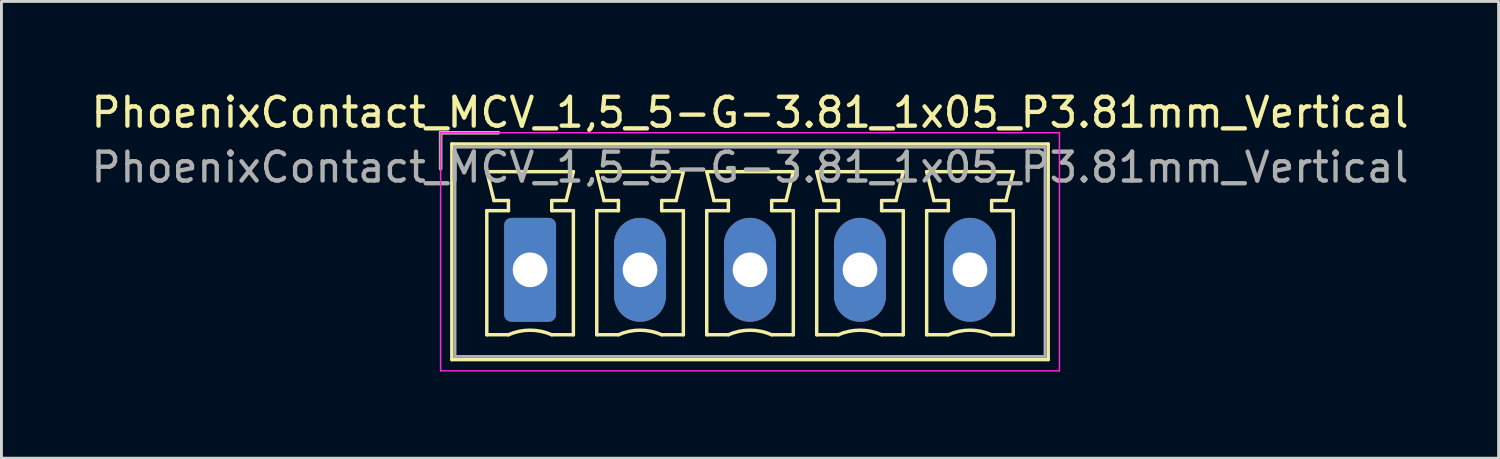
<source format=kicad_pcb>
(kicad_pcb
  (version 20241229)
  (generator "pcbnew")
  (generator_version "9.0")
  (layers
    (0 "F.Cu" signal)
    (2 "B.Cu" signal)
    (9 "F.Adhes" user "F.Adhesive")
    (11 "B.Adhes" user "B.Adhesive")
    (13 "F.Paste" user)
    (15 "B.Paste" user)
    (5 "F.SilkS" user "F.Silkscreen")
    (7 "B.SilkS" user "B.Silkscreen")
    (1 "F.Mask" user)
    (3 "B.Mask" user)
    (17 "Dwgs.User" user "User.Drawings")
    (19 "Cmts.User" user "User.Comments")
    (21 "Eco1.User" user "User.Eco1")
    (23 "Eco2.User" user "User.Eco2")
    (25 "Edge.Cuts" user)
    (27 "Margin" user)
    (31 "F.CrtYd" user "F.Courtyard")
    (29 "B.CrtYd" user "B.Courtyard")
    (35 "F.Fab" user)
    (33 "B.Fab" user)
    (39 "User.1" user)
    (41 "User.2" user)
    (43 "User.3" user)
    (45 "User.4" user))
  (footprint "PhoenixContact_MCV_1,5_5-G-3.81_1x05_P3.81mm_Vertical"
    (layer "F.Cu")
    (at 15.315 6.298)
    (property "Reference" "PhoenixContact_MCV_1,5_5-G-3.81_1x05_P3.81mm_Vertical" (at 7.62 -5.45 0) (layer "F.SilkS") (effects (font (size 1 1) (thickness 0.15))))
    (attr through_hole)
    (fp_line (start -3.1 -4.75) (end -1.1 -4.75) (stroke (width 0.12) (type solid)) (layer "F.SilkS"))
    (fp_line (start -3.1 -3.5) (end -3.1 -4.75) (stroke (width 0.12) (type solid)) (layer "F.SilkS"))
    (fp_line (start -2.71 -4.36) (end -2.71 3.11) (stroke (width 0.12) (type solid)) (layer "F.SilkS"))
    (fp_line (start -2.71 3.11) (end 17.95 3.11) (stroke (width 0.12) (type solid)) (layer "F.SilkS"))
    (fp_line (start -1.5 -3.4) (end 1.5 -3.4) (stroke (width 0.12) (type solid)) (layer "F.SilkS"))
    (fp_line (start -1.5 -2.05) (end -0.75 -2.05) (stroke (width 0.12) (type solid)) (layer "F.SilkS"))
    (fp_line (start -1.5 2.25) (end -1.5 -2.05) (stroke (width 0.12) (type solid)) (layer "F.SilkS"))
    (fp_line (start -1.25 -2.4) (end -1.5 -3.4) (stroke (width 0.12) (type solid)) (layer "F.SilkS"))
    (fp_line (start -0.75 -2.4) (end -1.25 -2.4) (stroke (width 0.12) (type solid)) (layer "F.SilkS"))
    (fp_line (start -0.75 -2.05) (end -0.75 -2.4) (stroke (width 0.12) (type solid)) (layer "F.SilkS"))
    (fp_line (start -0.75 2.25) (end -1.5 2.25) (stroke (width 0.12) (type solid)) (layer "F.SilkS"))
    (fp_line (start 0.75 -2.4) (end 0.75 -2.05) (stroke (width 0.12) (type solid)) (layer "F.SilkS"))
    (fp_line (start 0.75 -2.05) (end 1.5 -2.05) (stroke (width 0.12) (type solid)) (layer "F.SilkS"))
    (fp_line (start 1.25 -2.4) (end 0.75 -2.4) (stroke (width 0.12) (type solid)) (layer "F.SilkS"))
    (fp_line (start 1.5 -3.4) (end 1.25 -2.4) (stroke (width 0.12) (type solid)) (layer "F.SilkS"))
    (fp_line (start 1.5 -2.05) (end 1.5 2.25) (stroke (width 0.12) (type solid)) (layer "F.SilkS"))
    (fp_line (start 1.5 2.25) (end 0.75 2.25) (stroke (width 0.12) (type solid)) (layer "F.SilkS"))
    (fp_line (start 2.31 -3.4) (end 5.31 -3.4) (stroke (width 0.12) (type solid)) (layer "F.SilkS"))
    (fp_line (start 2.31 -2.05) (end 3.06 -2.05) (stroke (width 0.12) (type solid)) (layer "F.SilkS"))
    (fp_line (start 2.31 2.25) (end 2.31 -2.05) (stroke (width 0.12) (type solid)) (layer "F.SilkS"))
    (fp_line (start 2.56 -2.4) (end 2.31 -3.4) (stroke (width 0.12) (type solid)) (layer "F.SilkS"))
    (fp_line (start 3.06 -2.4) (end 2.56 -2.4) (stroke (width 0.12) (type solid)) (layer "F.SilkS"))
    (fp_line (start 3.06 -2.05) (end 3.06 -2.4) (stroke (width 0.12) (type solid)) (layer "F.SilkS"))
    (fp_line (start 3.06 2.25) (end 2.31 2.25) (stroke (width 0.12) (type solid)) (layer "F.SilkS"))
    (fp_line (start 4.56 -2.4) (end 4.56 -2.05) (stroke (width 0.12) (type solid)) (layer "F.SilkS"))
    (fp_line (start 4.56 -2.05) (end 5.31 -2.05) (stroke (width 0.12) (type solid)) (layer "F.SilkS"))
    (fp_line (start 5.06 -2.4) (end 4.56 -2.4) (stroke (width 0.12) (type solid)) (layer "F.SilkS"))
    (fp_line (start 5.31 -3.4) (end 5.06 -2.4) (stroke (width 0.12) (type solid)) (layer "F.SilkS"))
    (fp_line (start 5.31 -2.05) (end 5.31 2.25) (stroke (width 0.12) (type solid)) (layer "F.SilkS"))
    (fp_line (start 5.31 2.25) (end 4.56 2.25) (stroke (width 0.12) (type solid)) (layer "F.SilkS"))
    (fp_line (start 6.12 -3.4) (end 9.12 -3.4) (stroke (width 0.12) (type solid)) (layer "F.SilkS"))
    (fp_line (start 6.12 -2.05) (end 6.87 -2.05) (stroke (width 0.12) (type solid)) (layer "F.SilkS"))
    (fp_line (start 6.12 2.25) (end 6.12 -2.05) (stroke (width 0.12) (type solid)) (layer "F.SilkS"))
    (fp_line (start 6.37 -2.4) (end 6.12 -3.4) (stroke (width 0.12) (type solid)) (layer "F.SilkS"))
    (fp_line (start 6.87 -2.4) (end 6.37 -2.4) (stroke (width 0.12) (type solid)) (layer "F.SilkS"))
    (fp_line (start 6.87 -2.05) (end 6.87 -2.4) (stroke (width 0.12) (type solid)) (layer "F.SilkS"))
    (fp_line (start 6.87 2.25) (end 6.12 2.25) (stroke (width 0.12) (type solid)) (layer "F.SilkS"))
    (fp_line (start 8.37 -2.4) (end 8.37 -2.05) (stroke (width 0.12) (type solid)) (layer "F.SilkS"))
    (fp_line (start 8.37 -2.05) (end 9.12 -2.05) (stroke (width 0.12) (type solid)) (layer "F.SilkS"))
    (fp_line (start 8.87 -2.4) (end 8.37 -2.4) (stroke (width 0.12) (type solid)) (layer "F.SilkS"))
    (fp_line (start 9.12 -3.4) (end 8.87 -2.4) (stroke (width 0.12) (type solid)) (layer "F.SilkS"))
    (fp_line (start 9.12 -2.05) (end 9.12 2.25) (stroke (width 0.12) (type solid)) (layer "F.SilkS"))
    (fp_line (start 9.12 2.25) (end 8.37 2.25) (stroke (width 0.12) (type solid)) (layer "F.SilkS"))
    (fp_line (start 9.93 -3.4) (end 12.93 -3.4) (stroke (width 0.12) (type solid)) (layer "F.SilkS"))
    (fp_line (start 9.93 -2.05) (end 10.68 -2.05) (stroke (width 0.12) (type solid)) (layer "F.SilkS"))
    (fp_line (start 9.93 2.25) (end 9.93 -2.05) (stroke (width 0.12) (type solid)) (layer "F.SilkS"))
    (fp_line (start 10.18 -2.4) (end 9.93 -3.4) (stroke (width 0.12) (type solid)) (layer "F.SilkS"))
    (fp_line (start 10.68 -2.4) (end 10.18 -2.4) (stroke (width 0.12) (type solid)) (layer "F.SilkS"))
    (fp_line (start 10.68 -2.05) (end 10.68 -2.4) (stroke (width 0.12) (type solid)) (layer "F.SilkS"))
    (fp_line (start 10.68 2.25) (end 9.93 2.25) (stroke (width 0.12) (type solid)) (layer "F.SilkS"))
    (fp_line (start 12.18 -2.4) (end 12.18 -2.05) (stroke (width 0.12) (type solid)) (layer "F.SilkS"))
    (fp_line (start 12.18 -2.05) (end 12.93 -2.05) (stroke (width 0.12) (type solid)) (layer "F.SilkS"))
    (fp_line (start 12.68 -2.4) (end 12.18 -2.4) (stroke (width 0.12) (type solid)) (layer "F.SilkS"))
    (fp_line (start 12.93 -3.4) (end 12.68 -2.4) (stroke (width 0.12) (type solid)) (layer "F.SilkS"))
    (fp_line (start 12.93 -2.05) (end 12.93 2.25) (stroke (width 0.12) (type solid)) (layer "F.SilkS"))
    (fp_line (start 12.93 2.25) (end 12.18 2.25) (stroke (width 0.12) (type solid)) (layer "F.SilkS"))
    (fp_line (start 13.74 -3.4) (end 16.74 -3.4) (stroke (width 0.12) (type solid)) (layer "F.SilkS"))
    (fp_line (start 13.74 -2.05) (end 14.49 -2.05) (stroke (width 0.12) (type solid)) (layer "F.SilkS"))
    (fp_line (start 13.74 2.25) (end 13.74 -2.05) (stroke (width 0.12) (type solid)) (layer "F.SilkS"))
    (fp_line (start 13.99 -2.4) (end 13.74 -3.4) (stroke (width 0.12) (type solid)) (layer "F.SilkS"))
    (fp_line (start 14.49 -2.4) (end 13.99 -2.4) (stroke (width 0.12) (type solid)) (layer "F.SilkS"))
    (fp_line (start 14.49 -2.05) (end 14.49 -2.4) (stroke (width 0.12) (type solid)) (layer "F.SilkS"))
    (fp_line (start 14.49 2.25) (end 13.74 2.25) (stroke (width 0.12) (type solid)) (layer "F.SilkS"))
    (fp_line (start 15.99 -2.4) (end 15.99 -2.05) (stroke (width 0.12) (type solid)) (layer "F.SilkS"))
    (fp_line (start 15.99 -2.05) (end 16.74 -2.05) (stroke (width 0.12) (type solid)) (layer "F.SilkS"))
    (fp_line (start 16.49 -2.4) (end 15.99 -2.4) (stroke (width 0.12) (type solid)) (layer "F.SilkS"))
    (fp_line (start 16.74 -3.4) (end 16.49 -2.4) (stroke (width 0.12) (type solid)) (layer "F.SilkS"))
    (fp_line (start 16.74 -2.05) (end 16.74 2.25) (stroke (width 0.12) (type solid)) (layer "F.SilkS"))
    (fp_line (start 16.74 2.25) (end 15.99 2.25) (stroke (width 0.12) (type solid)) (layer "F.SilkS"))
    (fp_line (start 17.95 -4.36) (end -2.71 -4.36) (stroke (width 0.12) (type solid)) (layer "F.SilkS"))
    (fp_line (start 17.95 3.11) (end 17.95 -4.36) (stroke (width 0.12) (type solid)) (layer "F.SilkS"))
    (fp_arc (start -0.75 2.25) (mid -0.000193 2.09191) (end 0.749647 2.249844) (stroke (width 0.12) (type solid)) (layer "F.SilkS"))
    (fp_arc (start 3.06 2.25) (mid 3.809807 2.09191) (end 4.559647 2.249844) (stroke (width 0.12) (type solid)) (layer "F.SilkS"))
    (fp_arc (start 6.87 2.25) (mid 7.619807 2.09191) (end 8.369647 2.249844) (stroke (width 0.12) (type solid)) (layer "F.SilkS"))
    (fp_arc (start 10.68 2.25) (mid 11.429807 2.09191) (end 12.179647 2.249844) (stroke (width 0.12) (type solid)) (layer "F.SilkS"))
    (fp_arc (start 14.49 2.25) (mid 15.239807 2.09191) (end 15.989647 2.249844) (stroke (width 0.12) (type solid)) (layer "F.SilkS"))
    (fp_line (start -3.1 -4.75) (end -3.1 3.5) (stroke (width 0.05) (type solid)) (layer "F.CrtYd"))
    (fp_line (start -3.1 3.5) (end 18.34 3.5) (stroke (width 0.05) (type solid)) (layer "F.CrtYd"))
    (fp_line (start 18.34 -4.75) (end -3.1 -4.75) (stroke (width 0.05) (type solid)) (layer "F.CrtYd"))
    (fp_line (start 18.34 3.5) (end 18.34 -4.75) (stroke (width 0.05) (type solid)) (layer "F.CrtYd"))
    (fp_line (start -3.1 -4.75) (end -1.1 -4.75) (stroke (width 0.1) (type solid)) (layer "F.Fab"))
    (fp_line (start -3.1 -3.5) (end -3.1 -4.75) (stroke (width 0.1) (type solid)) (layer "F.Fab"))
    (fp_line (start -2.6 -4.25) (end -2.6 3) (stroke (width 0.1) (type solid)) (layer "F.Fab"))
    (fp_line (start -2.6 3) (end 17.84 3) (stroke (width 0.1) (type solid)) (layer "F.Fab"))
    (fp_line (start 17.84 -4.25) (end -2.6 -4.25) (stroke (width 0.1) (type solid)) (layer "F.Fab"))
    (fp_line (start 17.84 3) (end 17.84 -4.25) (stroke (width 0.1) (type solid)) (layer "F.Fab"))
    (fp_text user "${REFERENCE}" (at 7.62 -3.55 0) (layer "F.Fab") (effects (font (size 1 1) (thickness 0.15))))
    (pad "1" thru_hole roundrect (at 0 0) (size 1.8 3.6) (drill 1.2) (layers "*.Cu" "*.Mask") (roundrect_rratio 0.139))
    (pad "2" thru_hole oval (at 3.81 0) (size 1.8 3.6) (drill 1.2) (layers "*.Cu" "*.Mask"))
    (pad "3" thru_hole oval (at 7.62 0) (size 1.8 3.6) (drill 1.2) (layers "*.Cu" "*.Mask"))
    (pad "4" thru_hole oval (at 11.43 0) (size 1.8 3.6) (drill 1.2) (layers "*.Cu" "*.Mask"))
    (pad "5" thru_hole oval (at 15.24 0) (size 1.8 3.6) (drill 1.2) (layers "*.Cu" "*.Mask")))
  (gr_rect
    (start -3 -3)
    (end 48.869 12.823)
    (stroke (width 0.1) (type default))
    (fill no)
    (layer "Edge.Cuts")))
</source>
